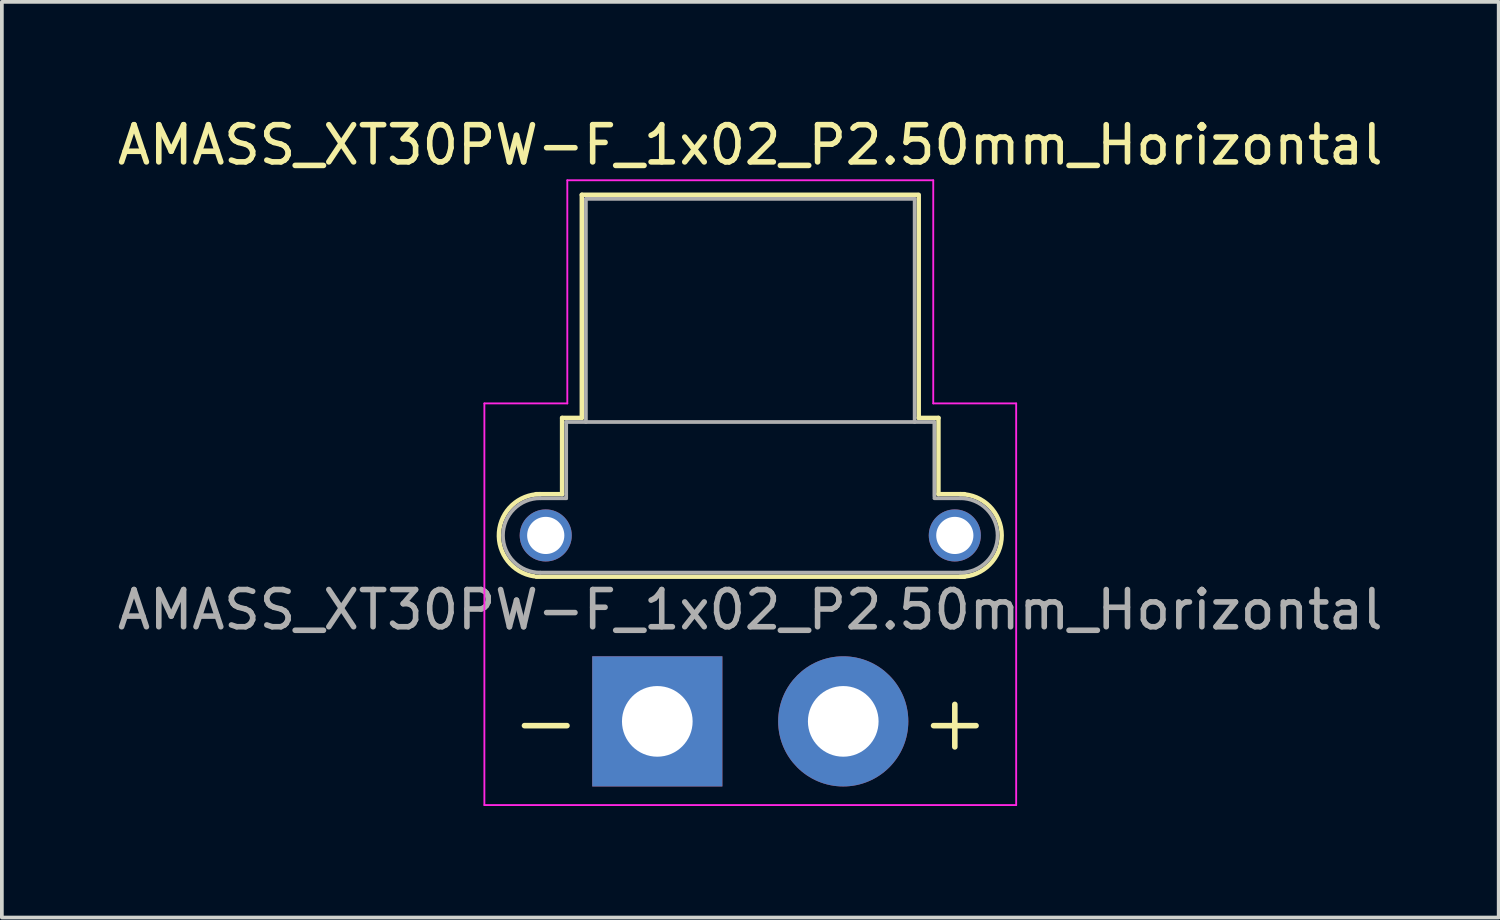
<source format=kicad_pcb>
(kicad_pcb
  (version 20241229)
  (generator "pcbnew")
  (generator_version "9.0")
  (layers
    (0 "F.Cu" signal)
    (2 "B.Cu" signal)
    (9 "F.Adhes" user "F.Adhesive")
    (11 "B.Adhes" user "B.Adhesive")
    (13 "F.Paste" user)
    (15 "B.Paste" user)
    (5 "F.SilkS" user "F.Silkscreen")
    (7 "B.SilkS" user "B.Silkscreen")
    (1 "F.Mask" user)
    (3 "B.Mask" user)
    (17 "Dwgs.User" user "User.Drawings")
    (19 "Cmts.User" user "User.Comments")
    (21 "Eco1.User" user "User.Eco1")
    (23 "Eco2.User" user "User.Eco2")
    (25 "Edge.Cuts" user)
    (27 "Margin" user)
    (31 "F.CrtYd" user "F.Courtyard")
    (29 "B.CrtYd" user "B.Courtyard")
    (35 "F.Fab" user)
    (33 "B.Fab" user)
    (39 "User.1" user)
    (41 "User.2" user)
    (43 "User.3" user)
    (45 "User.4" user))
  (footprint "AMASS_XT30PW-F_1x02_P2.50mm_Horizontal"
    (layer "F.Cu")
    (at 14.625 16.348)
    (property "Reference" "AMASS_XT30PW-F_1x02_P2.50mm_Horizontal" (at 2.5 -15.5 0) (layer "F.SilkS") (effects (font (size 1 1) (thickness 0.15))))
    (attr through_hole)
    (fp_line (start -3.26 -6.11) (end -2.56 -6.11) (stroke (width 0.12) (type solid)) (layer "F.SilkS"))
    (fp_line (start -3.26 -3.89) (end 8.26 -3.89) (stroke (width 0.12) (type solid)) (layer "F.SilkS"))
    (fp_line (start -2.56 -8.16) (end -2.56 -6.11) (stroke (width 0.12) (type solid)) (layer "F.SilkS"))
    (fp_line (start -2.56 -8.16) (end -2.03 -8.16) (stroke (width 0.12) (type solid)) (layer "F.SilkS"))
    (fp_line (start -2.03 -14.16) (end -2.03 -8.16) (stroke (width 0.12) (type solid)) (layer "F.SilkS"))
    (fp_line (start -2.03 -14.16) (end 7 -14.16) (stroke (width 0.12) (type solid)) (layer "F.SilkS"))
    (fp_line (start 7.03 -14.16) (end 7.03 -8.16) (stroke (width 0.12) (type solid)) (layer "F.SilkS"))
    (fp_line (start 7.03 -8.16) (end 7.56 -8.16) (stroke (width 0.12) (type solid)) (layer "F.SilkS"))
    (fp_line (start 7.56 -8.16) (end 7.56 -6.11) (stroke (width 0.12) (type solid)) (layer "F.SilkS"))
    (fp_line (start 7.56 -6.11) (end 8.26 -6.11) (stroke (width 0.12) (type solid)) (layer "F.SilkS"))
    (fp_arc (start -3.321729 -3.903365) (mid -4.256653 -5.086124) (end -3.15 -6.11) (stroke (width 0.12) (type solid)) (layer "F.SilkS"))
    (fp_arc (start 8.15 -6.11) (mid 9.26 -5) (end 8.15 -3.89) (stroke (width 0.12) (type solid)) (layer "F.SilkS"))
    (fp_line (start -4.65 -8.55) (end -4.65 2.25) (stroke (width 0.05) (type solid)) (layer "F.CrtYd"))
    (fp_line (start -4.65 -8.55) (end -2.42 -8.55) (stroke (width 0.05) (type solid)) (layer "F.CrtYd"))
    (fp_line (start -4.65 2.25) (end 9.65 2.25) (stroke (width 0.05) (type solid)) (layer "F.CrtYd"))
    (fp_line (start -2.42 -14.55) (end -2.42 -8.55) (stroke (width 0.05) (type solid)) (layer "F.CrtYd"))
    (fp_line (start -2.42 -14.55) (end 7.42 -14.55) (stroke (width 0.05) (type solid)) (layer "F.CrtYd"))
    (fp_line (start 7.42 -14.55) (end 7.42 -8.55) (stroke (width 0.05) (type solid)) (layer "F.CrtYd"))
    (fp_line (start 7.42 -8.55) (end 9.65 -8.55) (stroke (width 0.05) (type solid)) (layer "F.CrtYd"))
    (fp_line (start 9.65 -8.55) (end 9.65 2.25) (stroke (width 0.05) (type solid)) (layer "F.CrtYd"))
    (fp_line (start -3.15 -6) (end -2.45 -6) (stroke (width 0.1) (type solid)) (layer "F.Fab"))
    (fp_line (start -3.15 -4) (end 8.15 -4) (stroke (width 0.1) (type solid)) (layer "F.Fab"))
    (fp_line (start -2.45 -8.05) (end -2.45 -6) (stroke (width 0.1) (type solid)) (layer "F.Fab"))
    (fp_line (start -2.45 -8.05) (end 7.45 -8.05) (stroke (width 0.1) (type solid)) (layer "F.Fab"))
    (fp_line (start -1.92 -14.05) (end -1.92 -8.05) (stroke (width 0.1) (type solid)) (layer "F.Fab"))
    (fp_line (start -1.92 -14.05) (end 6.92 -14.05) (stroke (width 0.1) (type solid)) (layer "F.Fab"))
    (fp_line (start 6.92 -14.05) (end 6.92 -8.05) (stroke (width 0.1) (type solid)) (layer "F.Fab"))
    (fp_line (start 7.45 -8.05) (end 7.45 -6.05) (stroke (width 0.1) (type solid)) (layer "F.Fab"))
    (fp_line (start 7.45 -6) (end 8.15 -6) (stroke (width 0.1) (type solid)) (layer "F.Fab"))
    (fp_arc (start -3.15 -4) (mid -4.15 -5) (end -3.15 -6) (stroke (width 0.1) (type solid)) (layer "F.Fab"))
    (fp_arc (start 8.15 -6) (mid 9.15 -5) (end 8.15 -4) (stroke (width 0.1) (type solid)) (layer "F.Fab"))
    (fp_text user "+" (at 8 0 0) (layer "F.SilkS") (effects (font (size 1.5 1.5) (thickness 0.15))))
    (fp_text user "-" (at -3 0 0) (layer "F.SilkS") (effects (font (size 1.5 1.5) (thickness 0.15))))
    (fp_text user "${REFERENCE}" (at 2.5 -3 0) (layer "F.Fab") (effects (font (size 1 1) (thickness 0.15))))
    (pad "" thru_hole circle (at -3 -5 90) (size 1.4 1.4) (drill 1) (layers "*.Cu" "*.Mask"))
    (pad "" thru_hole circle (at 8 -5) (size 1.4 1.4) (drill 1) (layers "*.Cu" "*.Mask"))
    (pad "1" thru_hole rect (at 0 0) (size 3.5 3.5) (drill 1.9) (layers "*.Cu" "*.Mask"))
    (pad "2" thru_hole circle (at 5 0) (size 3.5 3.5) (drill 1.9) (layers "*.Cu" "*.Mask")))
  (gr_rect
    (start -3 -3)
    (end 37.25 21.623)
    (stroke (width 0.1) (type default))
    (fill no)
    (layer "Edge.Cuts")))
</source>
